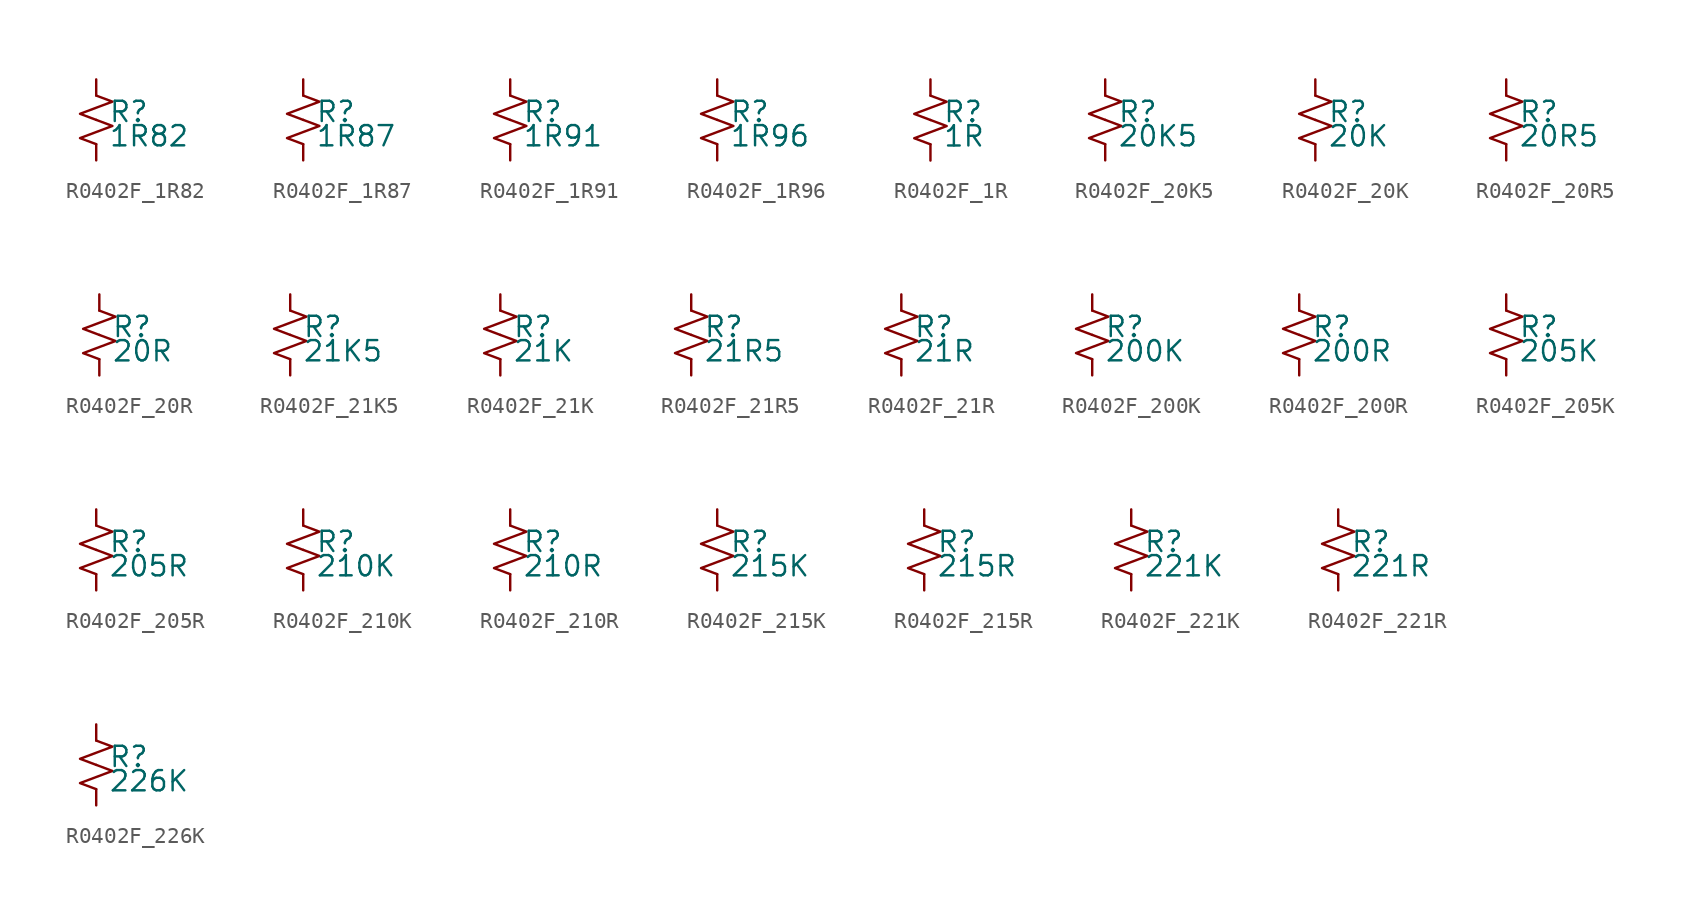
<source format=kicad_sym>
(kicad_symbol_lib
  (version 20220914)
  (generator kicad_symbol_editor)
  (symbol "R0402F_1R82"
    (pin_numbers hide)
    (pin_names
      (offset 0.254) hide)
    (property "Reference" "R"
      (at 0.762 0.508 0)
      (effects (font (size 1.27 1.27)) (justify left)))
    (property "Value" "1R82"
      (at 0.762 -1.016 0)
      (effects (font (size 1.27 1.27)) (justify left)))
    (symbol "R0402F_1R82_1_1"
      (polyline (pts (xy 0 0) (xy 1.016 -0.381) (xy 0 -0.762) (xy -1.016 -1.143) (xy 0 -1.524)) (stroke (width 0) (type default)) (fill (type none)))
      (polyline (pts (xy 0 1.524) (xy 1.016 1.143) (xy 0 0.762) (xy -1.016 0.381) (xy 0 0)) (stroke (width 0) (type default)) (fill (type none)))
      (pin passive line (at 0 2.54 270) (length 1.016) (name "~" (effects (font (size 1.27 1.27)))) (number "1" (effects (font (size 1.27 1.27)))))
      (pin passive line (at 0 -2.54 90) (length 1.016) (name "~" (effects (font (size 1.27 1.27)))) (number "2" (effects (font (size 1.27 1.27)))))))
  (symbol "R0402F_1R87"
    (pin_numbers hide)
    (pin_names
      (offset 0.254) hide)
    (property "Reference" "R"
      (at 0.762 0.508 0)
      (effects (font (size 1.27 1.27)) (justify left)))
    (property "Value" "1R87"
      (at 0.762 -1.016 0)
      (effects (font (size 1.27 1.27)) (justify left)))
    (symbol "R0402F_1R87_1_1"
      (polyline (pts (xy 0 0) (xy 1.016 -0.381) (xy 0 -0.762) (xy -1.016 -1.143) (xy 0 -1.524)) (stroke (width 0) (type default)) (fill (type none)))
      (polyline (pts (xy 0 1.524) (xy 1.016 1.143) (xy 0 0.762) (xy -1.016 0.381) (xy 0 0)) (stroke (width 0) (type default)) (fill (type none)))
      (pin passive line (at 0 2.54 270) (length 1.016) (name "~" (effects (font (size 1.27 1.27)))) (number "1" (effects (font (size 1.27 1.27)))))
      (pin passive line (at 0 -2.54 90) (length 1.016) (name "~" (effects (font (size 1.27 1.27)))) (number "2" (effects (font (size 1.27 1.27)))))))
  (symbol "R0402F_1R91"
    (pin_numbers hide)
    (pin_names
      (offset 0.254) hide)
    (property "Reference" "R"
      (at 0.762 0.508 0)
      (effects (font (size 1.27 1.27)) (justify left)))
    (property "Value" "1R91"
      (at 0.762 -1.016 0)
      (effects (font (size 1.27 1.27)) (justify left)))
    (symbol "R0402F_1R91_1_1"
      (polyline (pts (xy 0 0) (xy 1.016 -0.381) (xy 0 -0.762) (xy -1.016 -1.143) (xy 0 -1.524)) (stroke (width 0) (type default)) (fill (type none)))
      (polyline (pts (xy 0 1.524) (xy 1.016 1.143) (xy 0 0.762) (xy -1.016 0.381) (xy 0 0)) (stroke (width 0) (type default)) (fill (type none)))
      (pin passive line (at 0 2.54 270) (length 1.016) (name "~" (effects (font (size 1.27 1.27)))) (number "1" (effects (font (size 1.27 1.27)))))
      (pin passive line (at 0 -2.54 90) (length 1.016) (name "~" (effects (font (size 1.27 1.27)))) (number "2" (effects (font (size 1.27 1.27)))))))
  (symbol "R0402F_1R96"
    (pin_numbers hide)
    (pin_names
      (offset 0.254) hide)
    (property "Reference" "R"
      (at 0.762 0.508 0)
      (effects (font (size 1.27 1.27)) (justify left)))
    (property "Value" "1R96"
      (at 0.762 -1.016 0)
      (effects (font (size 1.27 1.27)) (justify left)))
    (symbol "R0402F_1R96_1_1"
      (polyline (pts (xy 0 0) (xy 1.016 -0.381) (xy 0 -0.762) (xy -1.016 -1.143) (xy 0 -1.524)) (stroke (width 0) (type default)) (fill (type none)))
      (polyline (pts (xy 0 1.524) (xy 1.016 1.143) (xy 0 0.762) (xy -1.016 0.381) (xy 0 0)) (stroke (width 0) (type default)) (fill (type none)))
      (pin passive line (at 0 2.54 270) (length 1.016) (name "~" (effects (font (size 1.27 1.27)))) (number "1" (effects (font (size 1.27 1.27)))))
      (pin passive line (at 0 -2.54 90) (length 1.016) (name "~" (effects (font (size 1.27 1.27)))) (number "2" (effects (font (size 1.27 1.27)))))))
  (symbol "R0402F_1R"
    (pin_numbers hide)
    (pin_names
      (offset 0.254) hide)
    (property "Reference" "R"
      (at 0.762 0.508 0)
      (effects (font (size 1.27 1.27)) (justify left)))
    (property "Value" "1R"
      (at 0.762 -1.016 0)
      (effects (font (size 1.27 1.27)) (justify left)))
    (symbol "R0402F_1R_1_1"
      (polyline (pts (xy 0 0) (xy 1.016 -0.381) (xy 0 -0.762) (xy -1.016 -1.143) (xy 0 -1.524)) (stroke (width 0) (type default)) (fill (type none)))
      (polyline (pts (xy 0 1.524) (xy 1.016 1.143) (xy 0 0.762) (xy -1.016 0.381) (xy 0 0)) (stroke (width 0) (type default)) (fill (type none)))
      (pin passive line (at 0 2.54 270) (length 1.016) (name "~" (effects (font (size 1.27 1.27)))) (number "1" (effects (font (size 1.27 1.27)))))
      (pin passive line (at 0 -2.54 90) (length 1.016) (name "~" (effects (font (size 1.27 1.27)))) (number "2" (effects (font (size 1.27 1.27)))))))
  (symbol "R0402F_20K5"
    (pin_numbers hide)
    (pin_names
      (offset 0.254) hide)
    (property "Reference" "R"
      (at 0.762 0.508 0)
      (effects (font (size 1.27 1.27)) (justify left)))
    (property "Value" "20K5"
      (at 0.762 -1.016 0)
      (effects (font (size 1.27 1.27)) (justify left)))
    (symbol "R0402F_20K5_1_1"
      (polyline (pts (xy 0 0) (xy 1.016 -0.381) (xy 0 -0.762) (xy -1.016 -1.143) (xy 0 -1.524)) (stroke (width 0) (type default)) (fill (type none)))
      (polyline (pts (xy 0 1.524) (xy 1.016 1.143) (xy 0 0.762) (xy -1.016 0.381) (xy 0 0)) (stroke (width 0) (type default)) (fill (type none)))
      (pin passive line (at 0 2.54 270) (length 1.016) (name "~" (effects (font (size 1.27 1.27)))) (number "1" (effects (font (size 1.27 1.27)))))
      (pin passive line (at 0 -2.54 90) (length 1.016) (name "~" (effects (font (size 1.27 1.27)))) (number "2" (effects (font (size 1.27 1.27)))))))
  (symbol "R0402F_20K"
    (pin_numbers hide)
    (pin_names
      (offset 0.254) hide)
    (property "Reference" "R"
      (at 0.762 0.508 0)
      (effects (font (size 1.27 1.27)) (justify left)))
    (property "Value" "20K"
      (at 0.762 -1.016 0)
      (effects (font (size 1.27 1.27)) (justify left)))
    (symbol "R0402F_20K_1_1"
      (polyline (pts (xy 0 0) (xy 1.016 -0.381) (xy 0 -0.762) (xy -1.016 -1.143) (xy 0 -1.524)) (stroke (width 0) (type default)) (fill (type none)))
      (polyline (pts (xy 0 1.524) (xy 1.016 1.143) (xy 0 0.762) (xy -1.016 0.381) (xy 0 0)) (stroke (width 0) (type default)) (fill (type none)))
      (pin passive line (at 0 2.54 270) (length 1.016) (name "~" (effects (font (size 1.27 1.27)))) (number "1" (effects (font (size 1.27 1.27)))))
      (pin passive line (at 0 -2.54 90) (length 1.016) (name "~" (effects (font (size 1.27 1.27)))) (number "2" (effects (font (size 1.27 1.27)))))))
  (symbol "R0402F_20R5"
    (pin_numbers hide)
    (pin_names
      (offset 0.254) hide)
    (property "Reference" "R"
      (at 0.762 0.508 0)
      (effects (font (size 1.27 1.27)) (justify left)))
    (property "Value" "20R5"
      (at 0.762 -1.016 0)
      (effects (font (size 1.27 1.27)) (justify left)))
    (symbol "R0402F_20R5_1_1"
      (polyline (pts (xy 0 0) (xy 1.016 -0.381) (xy 0 -0.762) (xy -1.016 -1.143) (xy 0 -1.524)) (stroke (width 0) (type default)) (fill (type none)))
      (polyline (pts (xy 0 1.524) (xy 1.016 1.143) (xy 0 0.762) (xy -1.016 0.381) (xy 0 0)) (stroke (width 0) (type default)) (fill (type none)))
      (pin passive line (at 0 2.54 270) (length 1.016) (name "~" (effects (font (size 1.27 1.27)))) (number "1" (effects (font (size 1.27 1.27)))))
      (pin passive line (at 0 -2.54 90) (length 1.016) (name "~" (effects (font (size 1.27 1.27)))) (number "2" (effects (font (size 1.27 1.27)))))))
  (symbol "R0402F_20R"
    (pin_numbers hide)
    (pin_names
      (offset 0.254) hide)
    (property "Reference" "R"
      (at 0.762 0.508 0)
      (effects (font (size 1.27 1.27)) (justify left)))
    (property "Value" "20R"
      (at 0.762 -1.016 0)
      (effects (font (size 1.27 1.27)) (justify left)))
    (symbol "R0402F_20R_1_1"
      (polyline (pts (xy 0 0) (xy 1.016 -0.381) (xy 0 -0.762) (xy -1.016 -1.143) (xy 0 -1.524)) (stroke (width 0) (type default)) (fill (type none)))
      (polyline (pts (xy 0 1.524) (xy 1.016 1.143) (xy 0 0.762) (xy -1.016 0.381) (xy 0 0)) (stroke (width 0) (type default)) (fill (type none)))
      (pin passive line (at 0 2.54 270) (length 1.016) (name "~" (effects (font (size 1.27 1.27)))) (number "1" (effects (font (size 1.27 1.27)))))
      (pin passive line (at 0 -2.54 90) (length 1.016) (name "~" (effects (font (size 1.27 1.27)))) (number "2" (effects (font (size 1.27 1.27)))))))
  (symbol "R0402F_21K5"
    (pin_numbers hide)
    (pin_names
      (offset 0.254) hide)
    (property "Reference" "R"
      (at 0.762 0.508 0)
      (effects (font (size 1.27 1.27)) (justify left)))
    (property "Value" "21K5"
      (at 0.762 -1.016 0)
      (effects (font (size 1.27 1.27)) (justify left)))
    (symbol "R0402F_21K5_1_1"
      (polyline (pts (xy 0 0) (xy 1.016 -0.381) (xy 0 -0.762) (xy -1.016 -1.143) (xy 0 -1.524)) (stroke (width 0) (type default)) (fill (type none)))
      (polyline (pts (xy 0 1.524) (xy 1.016 1.143) (xy 0 0.762) (xy -1.016 0.381) (xy 0 0)) (stroke (width 0) (type default)) (fill (type none)))
      (pin passive line (at 0 2.54 270) (length 1.016) (name "~" (effects (font (size 1.27 1.27)))) (number "1" (effects (font (size 1.27 1.27)))))
      (pin passive line (at 0 -2.54 90) (length 1.016) (name "~" (effects (font (size 1.27 1.27)))) (number "2" (effects (font (size 1.27 1.27)))))))
  (symbol "R0402F_21K"
    (pin_numbers hide)
    (pin_names
      (offset 0.254) hide)
    (property "Reference" "R"
      (at 0.762 0.508 0)
      (effects (font (size 1.27 1.27)) (justify left)))
    (property "Value" "21K"
      (at 0.762 -1.016 0)
      (effects (font (size 1.27 1.27)) (justify left)))
    (symbol "R0402F_21K_1_1"
      (polyline (pts (xy 0 0) (xy 1.016 -0.381) (xy 0 -0.762) (xy -1.016 -1.143) (xy 0 -1.524)) (stroke (width 0) (type default)) (fill (type none)))
      (polyline (pts (xy 0 1.524) (xy 1.016 1.143) (xy 0 0.762) (xy -1.016 0.381) (xy 0 0)) (stroke (width 0) (type default)) (fill (type none)))
      (pin passive line (at 0 2.54 270) (length 1.016) (name "~" (effects (font (size 1.27 1.27)))) (number "1" (effects (font (size 1.27 1.27)))))
      (pin passive line (at 0 -2.54 90) (length 1.016) (name "~" (effects (font (size 1.27 1.27)))) (number "2" (effects (font (size 1.27 1.27)))))))
  (symbol "R0402F_21R5"
    (pin_numbers hide)
    (pin_names
      (offset 0.254) hide)
    (property "Reference" "R"
      (at 0.762 0.508 0)
      (effects (font (size 1.27 1.27)) (justify left)))
    (property "Value" "21R5"
      (at 0.762 -1.016 0)
      (effects (font (size 1.27 1.27)) (justify left)))
    (symbol "R0402F_21R5_1_1"
      (polyline (pts (xy 0 0) (xy 1.016 -0.381) (xy 0 -0.762) (xy -1.016 -1.143) (xy 0 -1.524)) (stroke (width 0) (type default)) (fill (type none)))
      (polyline (pts (xy 0 1.524) (xy 1.016 1.143) (xy 0 0.762) (xy -1.016 0.381) (xy 0 0)) (stroke (width 0) (type default)) (fill (type none)))
      (pin passive line (at 0 2.54 270) (length 1.016) (name "~" (effects (font (size 1.27 1.27)))) (number "1" (effects (font (size 1.27 1.27)))))
      (pin passive line (at 0 -2.54 90) (length 1.016) (name "~" (effects (font (size 1.27 1.27)))) (number "2" (effects (font (size 1.27 1.27)))))))
  (symbol "R0402F_21R"
    (pin_numbers hide)
    (pin_names
      (offset 0.254) hide)
    (property "Reference" "R"
      (at 0.762 0.508 0)
      (effects (font (size 1.27 1.27)) (justify left)))
    (property "Value" "21R"
      (at 0.762 -1.016 0)
      (effects (font (size 1.27 1.27)) (justify left)))
    (symbol "R0402F_21R_1_1"
      (polyline (pts (xy 0 0) (xy 1.016 -0.381) (xy 0 -0.762) (xy -1.016 -1.143) (xy 0 -1.524)) (stroke (width 0) (type default)) (fill (type none)))
      (polyline (pts (xy 0 1.524) (xy 1.016 1.143) (xy 0 0.762) (xy -1.016 0.381) (xy 0 0)) (stroke (width 0) (type default)) (fill (type none)))
      (pin passive line (at 0 2.54 270) (length 1.016) (name "~" (effects (font (size 1.27 1.27)))) (number "1" (effects (font (size 1.27 1.27)))))
      (pin passive line (at 0 -2.54 90) (length 1.016) (name "~" (effects (font (size 1.27 1.27)))) (number "2" (effects (font (size 1.27 1.27)))))))
  (symbol "R0402F_200K"
    (pin_numbers hide)
    (pin_names
      (offset 0.254) hide)
    (property "Reference" "R"
      (at 0.762 0.508 0)
      (effects (font (size 1.27 1.27)) (justify left)))
    (property "Value" "200K"
      (at 0.762 -1.016 0)
      (effects (font (size 1.27 1.27)) (justify left)))
    (symbol "R0402F_200K_1_1"
      (polyline (pts (xy 0 0) (xy 1.016 -0.381) (xy 0 -0.762) (xy -1.016 -1.143) (xy 0 -1.524)) (stroke (width 0) (type default)) (fill (type none)))
      (polyline (pts (xy 0 1.524) (xy 1.016 1.143) (xy 0 0.762) (xy -1.016 0.381) (xy 0 0)) (stroke (width 0) (type default)) (fill (type none)))
      (pin passive line (at 0 2.54 270) (length 1.016) (name "~" (effects (font (size 1.27 1.27)))) (number "1" (effects (font (size 1.27 1.27)))))
      (pin passive line (at 0 -2.54 90) (length 1.016) (name "~" (effects (font (size 1.27 1.27)))) (number "2" (effects (font (size 1.27 1.27)))))))
  (symbol "R0402F_200R"
    (pin_numbers hide)
    (pin_names
      (offset 0.254) hide)
    (property "Reference" "R"
      (at 0.762 0.508 0)
      (effects (font (size 1.27 1.27)) (justify left)))
    (property "Value" "200R"
      (at 0.762 -1.016 0)
      (effects (font (size 1.27 1.27)) (justify left)))
    (symbol "R0402F_200R_1_1"
      (polyline (pts (xy 0 0) (xy 1.016 -0.381) (xy 0 -0.762) (xy -1.016 -1.143) (xy 0 -1.524)) (stroke (width 0) (type default)) (fill (type none)))
      (polyline (pts (xy 0 1.524) (xy 1.016 1.143) (xy 0 0.762) (xy -1.016 0.381) (xy 0 0)) (stroke (width 0) (type default)) (fill (type none)))
      (pin passive line (at 0 2.54 270) (length 1.016) (name "~" (effects (font (size 1.27 1.27)))) (number "1" (effects (font (size 1.27 1.27)))))
      (pin passive line (at 0 -2.54 90) (length 1.016) (name "~" (effects (font (size 1.27 1.27)))) (number "2" (effects (font (size 1.27 1.27)))))))
  (symbol "R0402F_205K"
    (pin_numbers hide)
    (pin_names
      (offset 0.254) hide)
    (property "Reference" "R"
      (at 0.762 0.508 0)
      (effects (font (size 1.27 1.27)) (justify left)))
    (property "Value" "205K"
      (at 0.762 -1.016 0)
      (effects (font (size 1.27 1.27)) (justify left)))
    (symbol "R0402F_205K_1_1"
      (polyline (pts (xy 0 0) (xy 1.016 -0.381) (xy 0 -0.762) (xy -1.016 -1.143) (xy 0 -1.524)) (stroke (width 0) (type default)) (fill (type none)))
      (polyline (pts (xy 0 1.524) (xy 1.016 1.143) (xy 0 0.762) (xy -1.016 0.381) (xy 0 0)) (stroke (width 0) (type default)) (fill (type none)))
      (pin passive line (at 0 2.54 270) (length 1.016) (name "~" (effects (font (size 1.27 1.27)))) (number "1" (effects (font (size 1.27 1.27)))))
      (pin passive line (at 0 -2.54 90) (length 1.016) (name "~" (effects (font (size 1.27 1.27)))) (number "2" (effects (font (size 1.27 1.27)))))))
  (symbol "R0402F_205R"
    (pin_numbers hide)
    (pin_names
      (offset 0.254) hide)
    (property "Reference" "R"
      (at 0.762 0.508 0)
      (effects (font (size 1.27 1.27)) (justify left)))
    (property "Value" "205R"
      (at 0.762 -1.016 0)
      (effects (font (size 1.27 1.27)) (justify left)))
    (symbol "R0402F_205R_1_1"
      (polyline (pts (xy 0 0) (xy 1.016 -0.381) (xy 0 -0.762) (xy -1.016 -1.143) (xy 0 -1.524)) (stroke (width 0) (type default)) (fill (type none)))
      (polyline (pts (xy 0 1.524) (xy 1.016 1.143) (xy 0 0.762) (xy -1.016 0.381) (xy 0 0)) (stroke (width 0) (type default)) (fill (type none)))
      (pin passive line (at 0 2.54 270) (length 1.016) (name "~" (effects (font (size 1.27 1.27)))) (number "1" (effects (font (size 1.27 1.27)))))
      (pin passive line (at 0 -2.54 90) (length 1.016) (name "~" (effects (font (size 1.27 1.27)))) (number "2" (effects (font (size 1.27 1.27)))))))
  (symbol "R0402F_210K"
    (pin_numbers hide)
    (pin_names
      (offset 0.254) hide)
    (property "Reference" "R"
      (at 0.762 0.508 0)
      (effects (font (size 1.27 1.27)) (justify left)))
    (property "Value" "210K"
      (at 0.762 -1.016 0)
      (effects (font (size 1.27 1.27)) (justify left)))
    (symbol "R0402F_210K_1_1"
      (polyline (pts (xy 0 0) (xy 1.016 -0.381) (xy 0 -0.762) (xy -1.016 -1.143) (xy 0 -1.524)) (stroke (width 0) (type default)) (fill (type none)))
      (polyline (pts (xy 0 1.524) (xy 1.016 1.143) (xy 0 0.762) (xy -1.016 0.381) (xy 0 0)) (stroke (width 0) (type default)) (fill (type none)))
      (pin passive line (at 0 2.54 270) (length 1.016) (name "~" (effects (font (size 1.27 1.27)))) (number "1" (effects (font (size 1.27 1.27)))))
      (pin passive line (at 0 -2.54 90) (length 1.016) (name "~" (effects (font (size 1.27 1.27)))) (number "2" (effects (font (size 1.27 1.27)))))))
  (symbol "R0402F_210R"
    (pin_numbers hide)
    (pin_names
      (offset 0.254) hide)
    (property "Reference" "R"
      (at 0.762 0.508 0)
      (effects (font (size 1.27 1.27)) (justify left)))
    (property "Value" "210R"
      (at 0.762 -1.016 0)
      (effects (font (size 1.27 1.27)) (justify left)))
    (symbol "R0402F_210R_1_1"
      (polyline (pts (xy 0 0) (xy 1.016 -0.381) (xy 0 -0.762) (xy -1.016 -1.143) (xy 0 -1.524)) (stroke (width 0) (type default)) (fill (type none)))
      (polyline (pts (xy 0 1.524) (xy 1.016 1.143) (xy 0 0.762) (xy -1.016 0.381) (xy 0 0)) (stroke (width 0) (type default)) (fill (type none)))
      (pin passive line (at 0 2.54 270) (length 1.016) (name "~" (effects (font (size 1.27 1.27)))) (number "1" (effects (font (size 1.27 1.27)))))
      (pin passive line (at 0 -2.54 90) (length 1.016) (name "~" (effects (font (size 1.27 1.27)))) (number "2" (effects (font (size 1.27 1.27)))))))
  (symbol "R0402F_215K"
    (pin_numbers hide)
    (pin_names
      (offset 0.254) hide)
    (property "Reference" "R"
      (at 0.762 0.508 0)
      (effects (font (size 1.27 1.27)) (justify left)))
    (property "Value" "215K"
      (at 0.762 -1.016 0)
      (effects (font (size 1.27 1.27)) (justify left)))
    (symbol "R0402F_215K_1_1"
      (polyline (pts (xy 0 0) (xy 1.016 -0.381) (xy 0 -0.762) (xy -1.016 -1.143) (xy 0 -1.524)) (stroke (width 0) (type default)) (fill (type none)))
      (polyline (pts (xy 0 1.524) (xy 1.016 1.143) (xy 0 0.762) (xy -1.016 0.381) (xy 0 0)) (stroke (width 0) (type default)) (fill (type none)))
      (pin passive line (at 0 2.54 270) (length 1.016) (name "~" (effects (font (size 1.27 1.27)))) (number "1" (effects (font (size 1.27 1.27)))))
      (pin passive line (at 0 -2.54 90) (length 1.016) (name "~" (effects (font (size 1.27 1.27)))) (number "2" (effects (font (size 1.27 1.27)))))))
  (symbol "R0402F_215R"
    (pin_numbers hide)
    (pin_names
      (offset 0.254) hide)
    (property "Reference" "R"
      (at 0.762 0.508 0)
      (effects (font (size 1.27 1.27)) (justify left)))
    (property "Value" "215R"
      (at 0.762 -1.016 0)
      (effects (font (size 1.27 1.27)) (justify left)))
    (symbol "R0402F_215R_1_1"
      (polyline (pts (xy 0 0) (xy 1.016 -0.381) (xy 0 -0.762) (xy -1.016 -1.143) (xy 0 -1.524)) (stroke (width 0) (type default)) (fill (type none)))
      (polyline (pts (xy 0 1.524) (xy 1.016 1.143) (xy 0 0.762) (xy -1.016 0.381) (xy 0 0)) (stroke (width 0) (type default)) (fill (type none)))
      (pin passive line (at 0 2.54 270) (length 1.016) (name "~" (effects (font (size 1.27 1.27)))) (number "1" (effects (font (size 1.27 1.27)))))
      (pin passive line (at 0 -2.54 90) (length 1.016) (name "~" (effects (font (size 1.27 1.27)))) (number "2" (effects (font (size 1.27 1.27)))))))
  (symbol "R0402F_221K"
    (pin_numbers hide)
    (pin_names
      (offset 0.254) hide)
    (property "Reference" "R"
      (at 0.762 0.508 0)
      (effects (font (size 1.27 1.27)) (justify left)))
    (property "Value" "221K"
      (at 0.762 -1.016 0)
      (effects (font (size 1.27 1.27)) (justify left)))
    (symbol "R0402F_221K_1_1"
      (polyline (pts (xy 0 0) (xy 1.016 -0.381) (xy 0 -0.762) (xy -1.016 -1.143) (xy 0 -1.524)) (stroke (width 0) (type default)) (fill (type none)))
      (polyline (pts (xy 0 1.524) (xy 1.016 1.143) (xy 0 0.762) (xy -1.016 0.381) (xy 0 0)) (stroke (width 0) (type default)) (fill (type none)))
      (pin passive line (at 0 2.54 270) (length 1.016) (name "~" (effects (font (size 1.27 1.27)))) (number "1" (effects (font (size 1.27 1.27)))))
      (pin passive line (at 0 -2.54 90) (length 1.016) (name "~" (effects (font (size 1.27 1.27)))) (number "2" (effects (font (size 1.27 1.27)))))))
  (symbol "R0402F_221R"
    (pin_numbers hide)
    (pin_names
      (offset 0.254) hide)
    (property "Reference" "R"
      (at 0.762 0.508 0)
      (effects (font (size 1.27 1.27)) (justify left)))
    (property "Value" "221R"
      (at 0.762 -1.016 0)
      (effects (font (size 1.27 1.27)) (justify left)))
    (symbol "R0402F_221R_1_1"
      (polyline (pts (xy 0 0) (xy 1.016 -0.381) (xy 0 -0.762) (xy -1.016 -1.143) (xy 0 -1.524)) (stroke (width 0) (type default)) (fill (type none)))
      (polyline (pts (xy 0 1.524) (xy 1.016 1.143) (xy 0 0.762) (xy -1.016 0.381) (xy 0 0)) (stroke (width 0) (type default)) (fill (type none)))
      (pin passive line (at 0 2.54 270) (length 1.016) (name "~" (effects (font (size 1.27 1.27)))) (number "1" (effects (font (size 1.27 1.27)))))
      (pin passive line (at 0 -2.54 90) (length 1.016) (name "~" (effects (font (size 1.27 1.27)))) (number "2" (effects (font (size 1.27 1.27)))))))
  (symbol "R0402F_226K"
    (pin_numbers hide)
    (pin_names
      (offset 0.254) hide)
    (property "Reference" "R"
      (at 0.762 0.508 0)
      (effects (font (size 1.27 1.27)) (justify left)))
    (property "Value" "226K"
      (at 0.762 -1.016 0)
      (effects (font (size 1.27 1.27)) (justify left)))
    (symbol "R0402F_226K_1_1"
      (polyline (pts (xy 0 0) (xy 1.016 -0.381) (xy 0 -0.762) (xy -1.016 -1.143) (xy 0 -1.524)) (stroke (width 0) (type default)) (fill (type none)))
      (polyline (pts (xy 0 1.524) (xy 1.016 1.143) (xy 0 0.762) (xy -1.016 0.381) (xy 0 0)) (stroke (width 0) (type default)) (fill (type none)))
      (pin passive line (at 0 2.54 270) (length 1.016) (name "~" (effects (font (size 1.27 1.27)))) (number "1" (effects (font (size 1.27 1.27)))))
      (pin passive line (at 0 -2.54 90) (length 1.016) (name "~" (effects (font (size 1.27 1.27)))) (number "2" (effects (font (size 1.27 1.27))))))))
</source>
